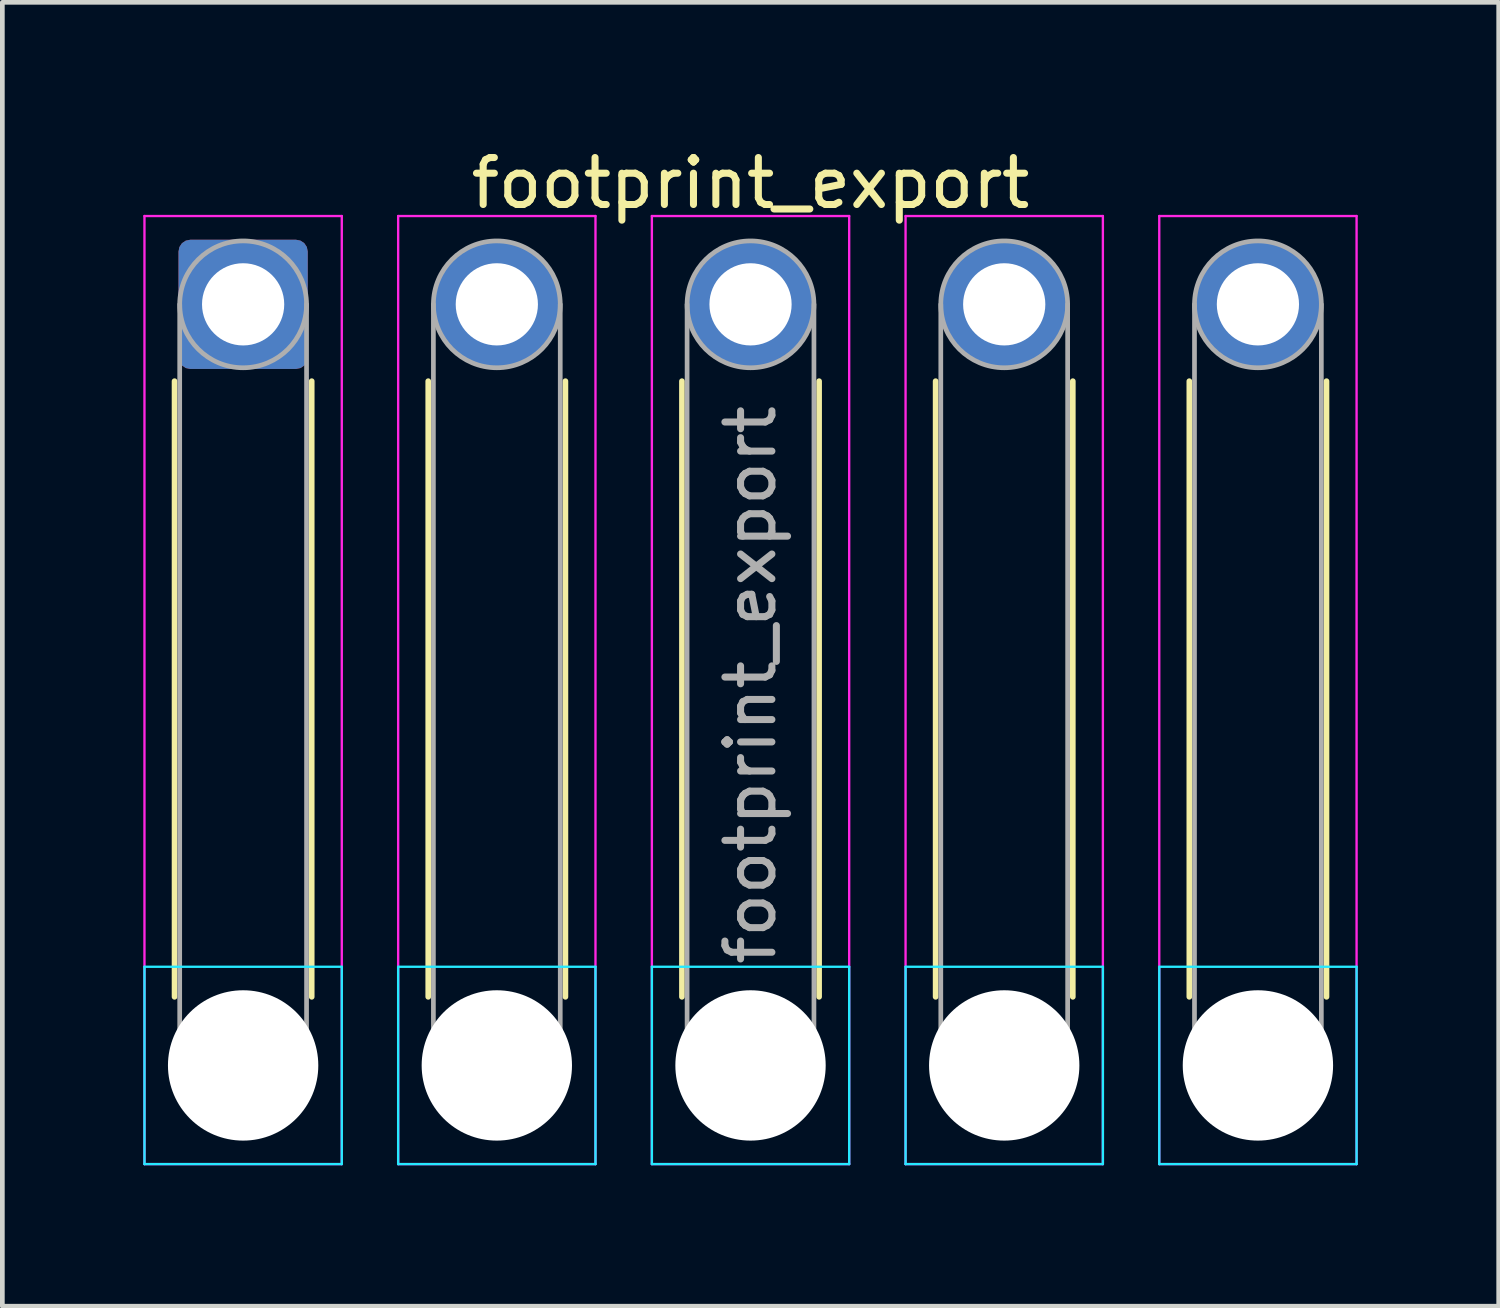
<source format=kicad_pcb>
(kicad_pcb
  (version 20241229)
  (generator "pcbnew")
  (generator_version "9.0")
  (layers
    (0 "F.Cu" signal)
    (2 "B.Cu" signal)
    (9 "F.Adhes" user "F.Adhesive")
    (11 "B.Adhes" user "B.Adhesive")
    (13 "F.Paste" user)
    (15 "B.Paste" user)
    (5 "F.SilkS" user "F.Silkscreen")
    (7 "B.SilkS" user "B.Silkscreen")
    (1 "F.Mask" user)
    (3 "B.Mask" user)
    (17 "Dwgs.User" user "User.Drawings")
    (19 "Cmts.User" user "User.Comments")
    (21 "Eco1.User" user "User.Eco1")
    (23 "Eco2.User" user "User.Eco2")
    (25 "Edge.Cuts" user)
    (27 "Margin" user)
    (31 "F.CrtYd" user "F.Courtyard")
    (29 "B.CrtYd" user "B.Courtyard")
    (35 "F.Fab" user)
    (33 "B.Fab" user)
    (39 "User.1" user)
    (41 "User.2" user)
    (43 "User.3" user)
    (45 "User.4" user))
  (footprint "footprint_export"
    (layer "F.Cu")
    (at 2.125 3.428)
    (property "Reference" "footprint_export" (at 10.8 -2.58 0) (layer "F.SilkS") (effects (font (size 1 1) (thickness 0.15))))
    (attr exclude_from_pos_files exclude_from_bom)
    (fp_line (start -1.46 1.635) (end -1.46 14.74) (stroke (width 0.12) (type solid)) (layer "F.SilkS"))
    (fp_line (start 1.46 1.635) (end 1.46 14.74) (stroke (width 0.12) (type solid)) (layer "F.SilkS"))
    (fp_line (start 3.94 1.635) (end 3.94 14.74) (stroke (width 0.12) (type solid)) (layer "F.SilkS"))
    (fp_line (start 6.86 1.635) (end 6.86 14.74) (stroke (width 0.12) (type solid)) (layer "F.SilkS"))
    (fp_line (start 9.34 1.635) (end 9.34 14.74) (stroke (width 0.12) (type solid)) (layer "F.SilkS"))
    (fp_line (start 12.26 1.635) (end 12.26 14.74) (stroke (width 0.12) (type solid)) (layer "F.SilkS"))
    (fp_line (start 14.74 1.635) (end 14.74 14.74) (stroke (width 0.12) (type solid)) (layer "F.SilkS"))
    (fp_line (start 17.66 1.635) (end 17.66 14.74) (stroke (width 0.12) (type solid)) (layer "F.SilkS"))
    (fp_line (start 20.14 1.635) (end 20.14 14.74) (stroke (width 0.12) (type solid)) (layer "F.SilkS"))
    (fp_line (start 23.06 1.635) (end 23.06 14.74) (stroke (width 0.12) (type solid)) (layer "F.SilkS"))
    (fp_line (start -2.1 14.1) (end -2.1 18.3) (stroke (width 0.05) (type solid)) (layer "B.CrtYd"))
    (fp_line (start -2.1 18.3) (end 2.1 18.3) (stroke (width 0.05) (type solid)) (layer "B.CrtYd"))
    (fp_line (start 2.1 14.1) (end -2.1 14.1) (stroke (width 0.05) (type solid)) (layer "B.CrtYd"))
    (fp_line (start 2.1 18.3) (end 2.1 14.1) (stroke (width 0.05) (type solid)) (layer "B.CrtYd"))
    (fp_line (start 3.3 14.1) (end 3.3 18.3) (stroke (width 0.05) (type solid)) (layer "B.CrtYd"))
    (fp_line (start 3.3 18.3) (end 7.5 18.3) (stroke (width 0.05) (type solid)) (layer "B.CrtYd"))
    (fp_line (start 7.5 14.1) (end 3.3 14.1) (stroke (width 0.05) (type solid)) (layer "B.CrtYd"))
    (fp_line (start 7.5 18.3) (end 7.5 14.1) (stroke (width 0.05) (type solid)) (layer "B.CrtYd"))
    (fp_line (start 8.7 14.1) (end 8.7 18.3) (stroke (width 0.05) (type solid)) (layer "B.CrtYd"))
    (fp_line (start 8.7 18.3) (end 12.9 18.3) (stroke (width 0.05) (type solid)) (layer "B.CrtYd"))
    (fp_line (start 12.9 14.1) (end 8.7 14.1) (stroke (width 0.05) (type solid)) (layer "B.CrtYd"))
    (fp_line (start 12.9 18.3) (end 12.9 14.1) (stroke (width 0.05) (type solid)) (layer "B.CrtYd"))
    (fp_line (start 14.1 14.1) (end 14.1 18.3) (stroke (width 0.05) (type solid)) (layer "B.CrtYd"))
    (fp_line (start 14.1 18.3) (end 18.3 18.3) (stroke (width 0.05) (type solid)) (layer "B.CrtYd"))
    (fp_line (start 18.3 14.1) (end 14.1 14.1) (stroke (width 0.05) (type solid)) (layer "B.CrtYd"))
    (fp_line (start 18.3 18.3) (end 18.3 14.1) (stroke (width 0.05) (type solid)) (layer "B.CrtYd"))
    (fp_line (start 19.5 14.1) (end 19.5 18.3) (stroke (width 0.05) (type solid)) (layer "B.CrtYd"))
    (fp_line (start 19.5 18.3) (end 23.7 18.3) (stroke (width 0.05) (type solid)) (layer "B.CrtYd"))
    (fp_line (start 23.7 14.1) (end 19.5 14.1) (stroke (width 0.05) (type solid)) (layer "B.CrtYd"))
    (fp_line (start 23.7 18.3) (end 23.7 14.1) (stroke (width 0.05) (type solid)) (layer "B.CrtYd"))
    (fp_line (start -2.1 -1.88) (end -2.1 18.3) (stroke (width 0.05) (type solid)) (layer "F.CrtYd"))
    (fp_line (start -2.1 18.3) (end 2.1 18.3) (stroke (width 0.05) (type solid)) (layer "F.CrtYd"))
    (fp_line (start 2.1 -1.88) (end -2.1 -1.88) (stroke (width 0.05) (type solid)) (layer "F.CrtYd"))
    (fp_line (start 2.1 18.3) (end 2.1 -1.88) (stroke (width 0.05) (type solid)) (layer "F.CrtYd"))
    (fp_line (start 3.3 -1.88) (end 3.3 18.3) (stroke (width 0.05) (type solid)) (layer "F.CrtYd"))
    (fp_line (start 3.3 18.3) (end 7.5 18.3) (stroke (width 0.05) (type solid)) (layer "F.CrtYd"))
    (fp_line (start 7.5 -1.88) (end 3.3 -1.88) (stroke (width 0.05) (type solid)) (layer "F.CrtYd"))
    (fp_line (start 7.5 18.3) (end 7.5 -1.88) (stroke (width 0.05) (type solid)) (layer "F.CrtYd"))
    (fp_line (start 8.7 -1.88) (end 8.7 18.3) (stroke (width 0.05) (type solid)) (layer "F.CrtYd"))
    (fp_line (start 8.7 18.3) (end 12.9 18.3) (stroke (width 0.05) (type solid)) (layer "F.CrtYd"))
    (fp_line (start 12.9 -1.88) (end 8.7 -1.88) (stroke (width 0.05) (type solid)) (layer "F.CrtYd"))
    (fp_line (start 12.9 18.3) (end 12.9 -1.88) (stroke (width 0.05) (type solid)) (layer "F.CrtYd"))
    (fp_line (start 14.1 -1.88) (end 14.1 18.3) (stroke (width 0.05) (type solid)) (layer "F.CrtYd"))
    (fp_line (start 14.1 18.3) (end 18.3 18.3) (stroke (width 0.05) (type solid)) (layer "F.CrtYd"))
    (fp_line (start 18.3 -1.88) (end 14.1 -1.88) (stroke (width 0.05) (type solid)) (layer "F.CrtYd"))
    (fp_line (start 18.3 18.3) (end 18.3 -1.88) (stroke (width 0.05) (type solid)) (layer "F.CrtYd"))
    (fp_line (start 19.5 -1.88) (end 19.5 18.3) (stroke (width 0.05) (type solid)) (layer "F.CrtYd"))
    (fp_line (start 19.5 18.3) (end 23.7 18.3) (stroke (width 0.05) (type solid)) (layer "F.CrtYd"))
    (fp_line (start 23.7 -1.88) (end 19.5 -1.88) (stroke (width 0.05) (type solid)) (layer "F.CrtYd"))
    (fp_line (start 23.7 18.3) (end 23.7 -1.88) (stroke (width 0.05) (type solid)) (layer "F.CrtYd"))
    (fp_line (start -1.35 0) (end -1.35 16.2) (stroke (width 0.1) (type solid)) (layer "F.Fab"))
    (fp_line (start 1.35 0) (end 1.35 16.2) (stroke (width 0.1) (type solid)) (layer "F.Fab"))
    (fp_line (start 4.05 0) (end 4.05 16.2) (stroke (width 0.1) (type solid)) (layer "F.Fab"))
    (fp_line (start 6.75 0) (end 6.75 16.2) (stroke (width 0.1) (type solid)) (layer "F.Fab"))
    (fp_line (start 9.45 0) (end 9.45 16.2) (stroke (width 0.1) (type solid)) (layer "F.Fab"))
    (fp_line (start 12.15 0) (end 12.15 16.2) (stroke (width 0.1) (type solid)) (layer "F.Fab"))
    (fp_line (start 14.85 0) (end 14.85 16.2) (stroke (width 0.1) (type solid)) (layer "F.Fab"))
    (fp_line (start 17.55 0) (end 17.55 16.2) (stroke (width 0.1) (type solid)) (layer "F.Fab"))
    (fp_line (start 20.25 0) (end 20.25 16.2) (stroke (width 0.1) (type solid)) (layer "F.Fab"))
    (fp_line (start 22.95 0) (end 22.95 16.2) (stroke (width 0.1) (type solid)) (layer "F.Fab"))
    (fp_circle (center 0 0) (end 1.35 0) (stroke (width 0.1) (type solid)) (fill no) (layer "F.Fab"))
    (fp_circle (center 0 16.2) (end 1.35 16.2) (stroke (width 0.1) (type solid)) (fill no) (layer "F.Fab"))
    (fp_circle (center 5.4 0) (end 6.75 0) (stroke (width 0.1) (type solid)) (fill no) (layer "F.Fab"))
    (fp_circle (center 5.4 16.2) (end 6.75 16.2) (stroke (width 0.1) (type solid)) (fill no) (layer "F.Fab"))
    (fp_circle (center 10.8 0) (end 12.15 0) (stroke (width 0.1) (type solid)) (fill no) (layer "F.Fab"))
    (fp_circle (center 10.8 16.2) (end 12.15 16.2) (stroke (width 0.1) (type solid)) (fill no) (layer "F.Fab"))
    (fp_circle (center 16.2 0) (end 17.55 0) (stroke (width 0.1) (type solid)) (fill no) (layer "F.Fab"))
    (fp_circle (center 16.2 16.2) (end 17.55 16.2) (stroke (width 0.1) (type solid)) (fill no) (layer "F.Fab"))
    (fp_circle (center 21.6 0) (end 22.95 0) (stroke (width 0.1) (type solid)) (fill no) (layer "F.Fab"))
    (fp_circle (center 21.6 16.2) (end 22.95 16.2) (stroke (width 0.1) (type solid)) (fill no) (layer "F.Fab"))
    (fp_text user "${REFERENCE}" (at 10.8 8.1 90) (layer "F.Fab") (effects (font (size 1 1) (thickness 0.15))))
    (pad "" np_thru_hole circle (at 0 16.2) (size 3.2 3.2) (drill 3.2) (layers "*.Cu" "*.Mask"))
    (pad "" np_thru_hole circle (at 5.4 16.2) (size 3.2 3.2) (drill 3.2) (layers "*.Cu" "*.Mask"))
    (pad "" np_thru_hole circle (at 10.8 16.2) (size 3.2 3.2) (drill 3.2) (layers "*.Cu" "*.Mask"))
    (pad "" np_thru_hole circle (at 16.2 16.2) (size 3.2 3.2) (drill 3.2) (layers "*.Cu" "*.Mask"))
    (pad "" np_thru_hole circle (at 21.6 16.2) (size 3.2 3.2) (drill 3.2) (layers "*.Cu" "*.Mask"))
    (pad "1" thru_hole roundrect (at 0 0) (size 2.75 2.75) (drill 1.75) (layers "*.Cu" "*.Mask") (roundrect_rratio 0.091))
    (pad "2" thru_hole circle (at 5.4 0) (size 2.75 2.75) (drill 1.75) (layers "*.Cu" "*.Mask"))
    (pad "3" thru_hole circle (at 10.8 0) (size 2.75 2.75) (drill 1.75) (layers "*.Cu" "*.Mask"))
    (pad "4" thru_hole circle (at 16.2 0) (size 2.75 2.75) (drill 1.75) (layers "*.Cu" "*.Mask"))
    (pad "5" thru_hole circle (at 21.6 0) (size 2.75 2.75) (drill 1.75) (layers "*.Cu" "*.Mask")))
  (gr_rect
    (start -3 -3)
    (end 28.85 24.753)
    (stroke (width 0.1) (type default))
    (fill no)
    (layer "Edge.Cuts")))
</source>
